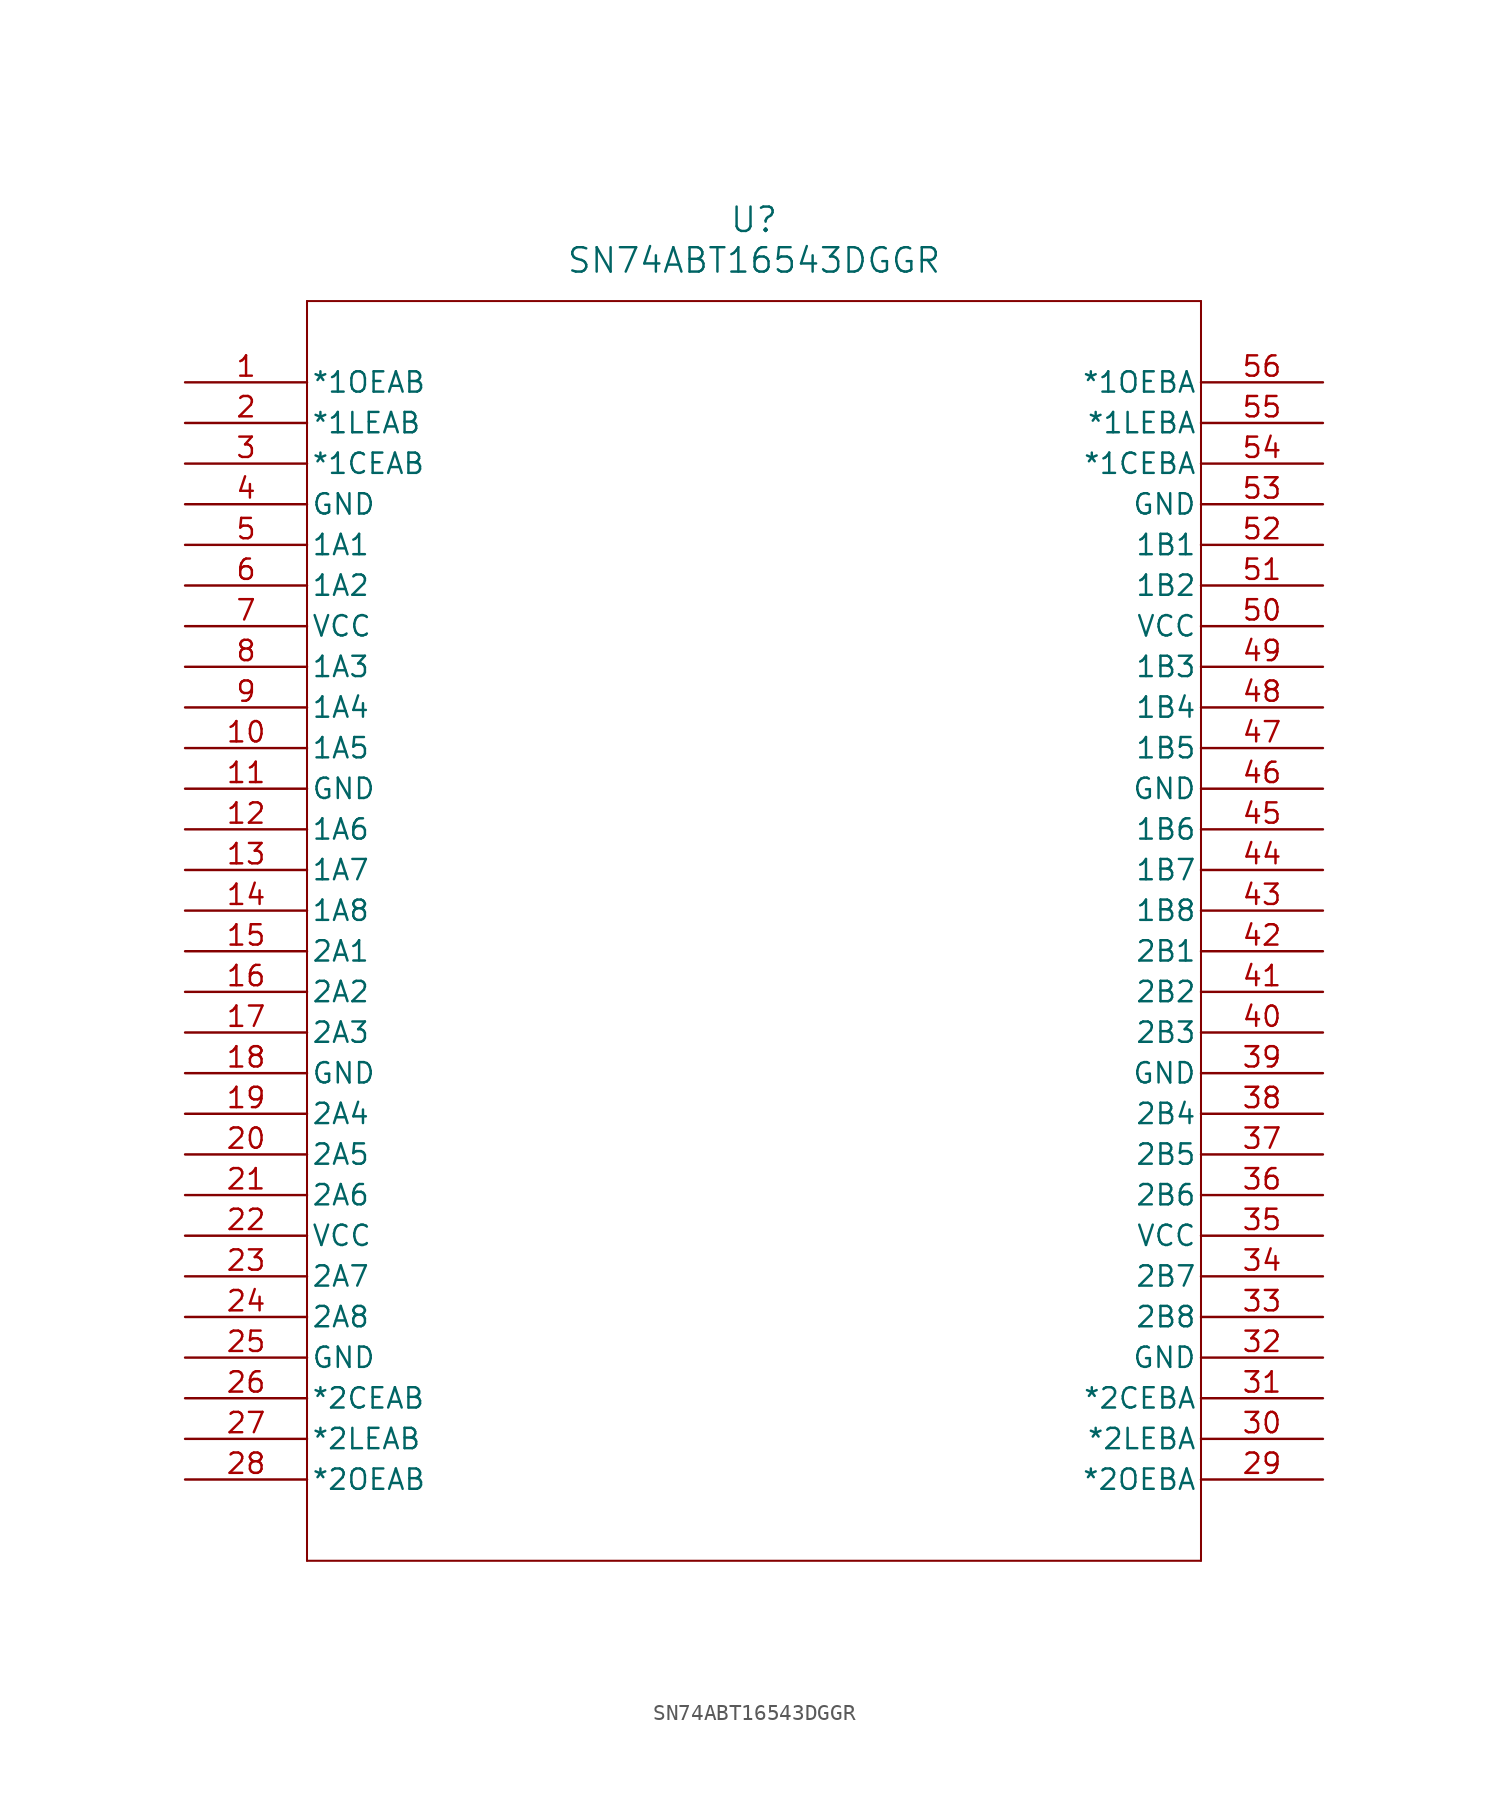
<source format=kicad_sym>
(kicad_symbol_lib
  (version 20241209)
  (generator "kicad_symbol_editor")
  (generator_version "9.0")
  (symbol "SN74ABT16543DGGR"
    (pin_names
      (offset 0.254))
    (property "Reference" "U"
      (at 35.56 10.16 0)
      (effects (font (size 1.524 1.524))))
    (property "Value" "SN74ABT16543DGGR"
      (at 35.56 7.62 0)
      (effects (font (size 1.524 1.524))))
    (symbol "SN74ABT16543DGGR_0_1"
      (polyline (pts (xy 7.62 5.08) (xy 7.62 -73.66)) (stroke (width 0.127) (type default)) (fill (type none)))
      (polyline (pts (xy 7.62 -73.66) (xy 63.5 -73.66)) (stroke (width 0.127) (type default)) (fill (type none)))
      (polyline (pts (xy 63.5 5.08) (xy 7.62 5.08)) (stroke (width 0.127) (type default)) (fill (type none)))
      (polyline (pts (xy 63.5 -73.66) (xy 63.5 5.08)) (stroke (width 0.127) (type default)) (fill (type none)))
      (pin input line (at 0 0 0) (length 7.62) (name "*1OEAB" (effects (font (size 1.27 1.27)))) (number "1" (effects (font (size 1.27 1.27)))))
      (pin input line (at 0 -2.54 0) (length 7.62) (name "*1LEAB" (effects (font (size 1.27 1.27)))) (number "2" (effects (font (size 1.27 1.27)))))
      (pin input line (at 0 -5.08 0) (length 7.62) (name "*1CEAB" (effects (font (size 1.27 1.27)))) (number "3" (effects (font (size 1.27 1.27)))))
      (pin power_in line (at 0 -7.62 0) (length 7.62) (name "GND" (effects (font (size 1.27 1.27)))) (number "4" (effects (font (size 1.27 1.27)))))
      (pin bidirectional line (at 0 -10.16 0) (length 7.62) (name "1A1" (effects (font (size 1.27 1.27)))) (number "5" (effects (font (size 1.27 1.27)))))
      (pin bidirectional line (at 0 -12.7 0) (length 7.62) (name "1A2" (effects (font (size 1.27 1.27)))) (number "6" (effects (font (size 1.27 1.27)))))
      (pin power_in line (at 0 -15.24 0) (length 7.62) (name "VCC" (effects (font (size 1.27 1.27)))) (number "7" (effects (font (size 1.27 1.27)))))
      (pin bidirectional line (at 0 -17.78 0) (length 7.62) (name "1A3" (effects (font (size 1.27 1.27)))) (number "8" (effects (font (size 1.27 1.27)))))
      (pin bidirectional line (at 0 -20.32 0) (length 7.62) (name "1A4" (effects (font (size 1.27 1.27)))) (number "9" (effects (font (size 1.27 1.27)))))
      (pin bidirectional line (at 0 -22.86 0) (length 7.62) (name "1A5" (effects (font (size 1.27 1.27)))) (number "10" (effects (font (size 1.27 1.27)))))
      (pin power_in line (at 0 -25.4 0) (length 7.62) (name "GND" (effects (font (size 1.27 1.27)))) (number "11" (effects (font (size 1.27 1.27)))))
      (pin bidirectional line (at 0 -27.94 0) (length 7.62) (name "1A6" (effects (font (size 1.27 1.27)))) (number "12" (effects (font (size 1.27 1.27)))))
      (pin bidirectional line (at 0 -30.48 0) (length 7.62) (name "1A7" (effects (font (size 1.27 1.27)))) (number "13" (effects (font (size 1.27 1.27)))))
      (pin bidirectional line (at 0 -33.02 0) (length 7.62) (name "1A8" (effects (font (size 1.27 1.27)))) (number "14" (effects (font (size 1.27 1.27)))))
      (pin bidirectional line (at 0 -35.56 0) (length 7.62) (name "2A1" (effects (font (size 1.27 1.27)))) (number "15" (effects (font (size 1.27 1.27)))))
      (pin bidirectional line (at 0 -38.1 0) (length 7.62) (name "2A2" (effects (font (size 1.27 1.27)))) (number "16" (effects (font (size 1.27 1.27)))))
      (pin bidirectional line (at 0 -40.64 0) (length 7.62) (name "2A3" (effects (font (size 1.27 1.27)))) (number "17" (effects (font (size 1.27 1.27)))))
      (pin power_in line (at 0 -43.18 0) (length 7.62) (name "GND" (effects (font (size 1.27 1.27)))) (number "18" (effects (font (size 1.27 1.27)))))
      (pin bidirectional line (at 0 -45.72 0) (length 7.62) (name "2A4" (effects (font (size 1.27 1.27)))) (number "19" (effects (font (size 1.27 1.27)))))
      (pin bidirectional line (at 0 -48.26 0) (length 7.62) (name "2A5" (effects (font (size 1.27 1.27)))) (number "20" (effects (font (size 1.27 1.27)))))
      (pin bidirectional line (at 0 -50.8 0) (length 7.62) (name "2A6" (effects (font (size 1.27 1.27)))) (number "21" (effects (font (size 1.27 1.27)))))
      (pin power_in line (at 0 -53.34 0) (length 7.62) (name "VCC" (effects (font (size 1.27 1.27)))) (number "22" (effects (font (size 1.27 1.27)))))
      (pin bidirectional line (at 0 -55.88 0) (length 7.62) (name "2A7" (effects (font (size 1.27 1.27)))) (number "23" (effects (font (size 1.27 1.27)))))
      (pin bidirectional line (at 0 -58.42 0) (length 7.62) (name "2A8" (effects (font (size 1.27 1.27)))) (number "24" (effects (font (size 1.27 1.27)))))
      (pin power_in line (at 0 -60.96 0) (length 7.62) (name "GND" (effects (font (size 1.27 1.27)))) (number "25" (effects (font (size 1.27 1.27)))))
      (pin input line (at 0 -63.5 0) (length 7.62) (name "*2CEAB" (effects (font (size 1.27 1.27)))) (number "26" (effects (font (size 1.27 1.27)))))
      (pin input line (at 0 -66.04 0) (length 7.62) (name "*2LEAB" (effects (font (size 1.27 1.27)))) (number "27" (effects (font (size 1.27 1.27)))))
      (pin input line (at 0 -68.58 0) (length 7.62) (name "*2OEAB" (effects (font (size 1.27 1.27)))) (number "28" (effects (font (size 1.27 1.27)))))
      (pin input line (at 71.12 0 180) (length 7.62) (name "*1OEBA" (effects (font (size 1.27 1.27)))) (number "56" (effects (font (size 1.27 1.27)))))
      (pin input line (at 71.12 -2.54 180) (length 7.62) (name "*1LEBA" (effects (font (size 1.27 1.27)))) (number "55" (effects (font (size 1.27 1.27)))))
      (pin input line (at 71.12 -5.08 180) (length 7.62) (name "*1CEBA" (effects (font (size 1.27 1.27)))) (number "54" (effects (font (size 1.27 1.27)))))
      (pin power_in line (at 71.12 -7.62 180) (length 7.62) (name "GND" (effects (font (size 1.27 1.27)))) (number "53" (effects (font (size 1.27 1.27)))))
      (pin bidirectional line (at 71.12 -10.16 180) (length 7.62) (name "1B1" (effects (font (size 1.27 1.27)))) (number "52" (effects (font (size 1.27 1.27)))))
      (pin bidirectional line (at 71.12 -12.7 180) (length 7.62) (name "1B2" (effects (font (size 1.27 1.27)))) (number "51" (effects (font (size 1.27 1.27)))))
      (pin power_in line (at 71.12 -15.24 180) (length 7.62) (name "VCC" (effects (font (size 1.27 1.27)))) (number "50" (effects (font (size 1.27 1.27)))))
      (pin bidirectional line (at 71.12 -17.78 180) (length 7.62) (name "1B3" (effects (font (size 1.27 1.27)))) (number "49" (effects (font (size 1.27 1.27)))))
      (pin bidirectional line (at 71.12 -20.32 180) (length 7.62) (name "1B4" (effects (font (size 1.27 1.27)))) (number "48" (effects (font (size 1.27 1.27)))))
      (pin bidirectional line (at 71.12 -22.86 180) (length 7.62) (name "1B5" (effects (font (size 1.27 1.27)))) (number "47" (effects (font (size 1.27 1.27)))))
      (pin power_in line (at 71.12 -25.4 180) (length 7.62) (name "GND" (effects (font (size 1.27 1.27)))) (number "46" (effects (font (size 1.27 1.27)))))
      (pin bidirectional line (at 71.12 -27.94 180) (length 7.62) (name "1B6" (effects (font (size 1.27 1.27)))) (number "45" (effects (font (size 1.27 1.27)))))
      (pin bidirectional line (at 71.12 -30.48 180) (length 7.62) (name "1B7" (effects (font (size 1.27 1.27)))) (number "44" (effects (font (size 1.27 1.27)))))
      (pin bidirectional line (at 71.12 -33.02 180) (length 7.62) (name "1B8" (effects (font (size 1.27 1.27)))) (number "43" (effects (font (size 1.27 1.27)))))
      (pin bidirectional line (at 71.12 -35.56 180) (length 7.62) (name "2B1" (effects (font (size 1.27 1.27)))) (number "42" (effects (font (size 1.27 1.27)))))
      (pin bidirectional line (at 71.12 -38.1 180) (length 7.62) (name "2B2" (effects (font (size 1.27 1.27)))) (number "41" (effects (font (size 1.27 1.27)))))
      (pin bidirectional line (at 71.12 -40.64 180) (length 7.62) (name "2B3" (effects (font (size 1.27 1.27)))) (number "40" (effects (font (size 1.27 1.27)))))
      (pin power_in line (at 71.12 -43.18 180) (length 7.62) (name "GND" (effects (font (size 1.27 1.27)))) (number "39" (effects (font (size 1.27 1.27)))))
      (pin bidirectional line (at 71.12 -45.72 180) (length 7.62) (name "2B4" (effects (font (size 1.27 1.27)))) (number "38" (effects (font (size 1.27 1.27)))))
      (pin bidirectional line (at 71.12 -48.26 180) (length 7.62) (name "2B5" (effects (font (size 1.27 1.27)))) (number "37" (effects (font (size 1.27 1.27)))))
      (pin bidirectional line (at 71.12 -50.8 180) (length 7.62) (name "2B6" (effects (font (size 1.27 1.27)))) (number "36" (effects (font (size 1.27 1.27)))))
      (pin power_in line (at 71.12 -53.34 180) (length 7.62) (name "VCC" (effects (font (size 1.27 1.27)))) (number "35" (effects (font (size 1.27 1.27)))))
      (pin bidirectional line (at 71.12 -55.88 180) (length 7.62) (name "2B7" (effects (font (size 1.27 1.27)))) (number "34" (effects (font (size 1.27 1.27)))))
      (pin bidirectional line (at 71.12 -58.42 180) (length 7.62) (name "2B8" (effects (font (size 1.27 1.27)))) (number "33" (effects (font (size 1.27 1.27)))))
      (pin power_in line (at 71.12 -60.96 180) (length 7.62) (name "GND" (effects (font (size 1.27 1.27)))) (number "32" (effects (font (size 1.27 1.27)))))
      (pin input line (at 71.12 -63.5 180) (length 7.62) (name "*2CEBA" (effects (font (size 1.27 1.27)))) (number "31" (effects (font (size 1.27 1.27)))))
      (pin input line (at 71.12 -66.04 180) (length 7.62) (name "*2LEBA" (effects (font (size 1.27 1.27)))) (number "30" (effects (font (size 1.27 1.27)))))
      (pin input line (at 71.12 -68.58 180) (length 7.62) (name "*2OEBA" (effects (font (size 1.27 1.27)))) (number "29" (effects (font (size 1.27 1.27))))))))
</source>
